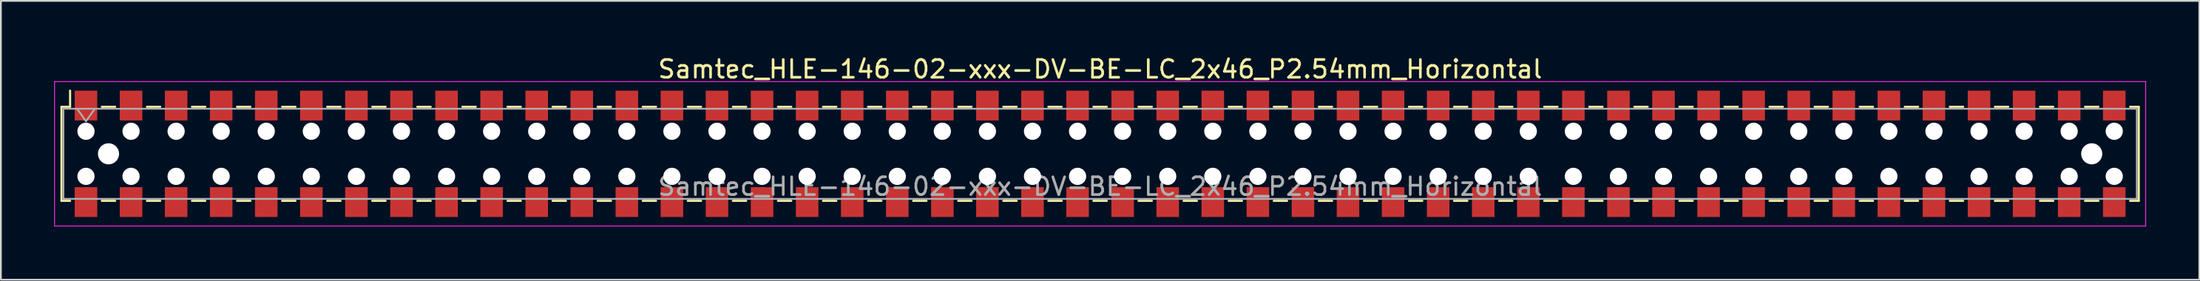
<source format=kicad_pcb>
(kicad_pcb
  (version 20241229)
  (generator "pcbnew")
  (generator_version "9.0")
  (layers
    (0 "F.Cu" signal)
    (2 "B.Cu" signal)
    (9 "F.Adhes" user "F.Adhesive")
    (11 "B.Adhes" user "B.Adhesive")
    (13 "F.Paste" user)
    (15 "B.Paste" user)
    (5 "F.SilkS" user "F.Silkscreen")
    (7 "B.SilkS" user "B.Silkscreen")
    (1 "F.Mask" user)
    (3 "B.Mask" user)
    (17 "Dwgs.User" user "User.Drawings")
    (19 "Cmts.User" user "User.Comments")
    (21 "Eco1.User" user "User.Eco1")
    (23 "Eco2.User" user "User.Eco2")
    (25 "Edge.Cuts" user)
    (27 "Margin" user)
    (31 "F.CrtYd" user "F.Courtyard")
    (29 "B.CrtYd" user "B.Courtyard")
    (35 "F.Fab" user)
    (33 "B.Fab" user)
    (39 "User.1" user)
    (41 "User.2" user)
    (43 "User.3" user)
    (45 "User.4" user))
  (footprint "Samtec_HLE-146-02-xxx-DV-BE-LC_2x46_P2.54mm_Horizontal"
    (layer "F.Cu")
    (at 58.945 5.618)
    (property "Reference" "Samtec_HLE-146-02-xxx-DV-BE-LC_2x46_P2.54mm_Horizontal" (at 0 -4.77 0) (layer "F.SilkS") (effects (font (size 1 1) (thickness 0.15))))
    (attr smd)
    (fp_line (start -58.53 -2.65) (end -58.53 2.65) (stroke (width 0.12) (type solid)) (layer "F.SilkS"))
    (fp_line (start -58.53 2.65) (end -58.045 2.65) (stroke (width 0.12) (type solid)) (layer "F.SilkS"))
    (fp_line (start -58.045 -3.56) (end -58.045 -2.65) (stroke (width 0.12) (type solid)) (layer "F.SilkS"))
    (fp_line (start -58.045 -2.65) (end -58.53 -2.65) (stroke (width 0.12) (type solid)) (layer "F.SilkS"))
    (fp_line (start -56.255 -2.65) (end -55.505 -2.65) (stroke (width 0.12) (type solid)) (layer "F.SilkS"))
    (fp_line (start -56.255 2.65) (end -55.505 2.65) (stroke (width 0.12) (type solid)) (layer "F.SilkS"))
    (fp_line (start -53.715 -2.65) (end -52.965 -2.65) (stroke (width 0.12) (type solid)) (layer "F.SilkS"))
    (fp_line (start -53.715 2.65) (end -52.965 2.65) (stroke (width 0.12) (type solid)) (layer "F.SilkS"))
    (fp_line (start -51.175 -2.65) (end -50.425 -2.65) (stroke (width 0.12) (type solid)) (layer "F.SilkS"))
    (fp_line (start -51.175 2.65) (end -50.425 2.65) (stroke (width 0.12) (type solid)) (layer "F.SilkS"))
    (fp_line (start -48.635 -2.65) (end -47.885 -2.65) (stroke (width 0.12) (type solid)) (layer "F.SilkS"))
    (fp_line (start -48.635 2.65) (end -47.885 2.65) (stroke (width 0.12) (type solid)) (layer "F.SilkS"))
    (fp_line (start -46.095 -2.65) (end -45.345 -2.65) (stroke (width 0.12) (type solid)) (layer "F.SilkS"))
    (fp_line (start -46.095 2.65) (end -45.345 2.65) (stroke (width 0.12) (type solid)) (layer "F.SilkS"))
    (fp_line (start -43.555 -2.65) (end -42.805 -2.65) (stroke (width 0.12) (type solid)) (layer "F.SilkS"))
    (fp_line (start -43.555 2.65) (end -42.805 2.65) (stroke (width 0.12) (type solid)) (layer "F.SilkS"))
    (fp_line (start -41.015 -2.65) (end -40.265 -2.65) (stroke (width 0.12) (type solid)) (layer "F.SilkS"))
    (fp_line (start -41.015 2.65) (end -40.265 2.65) (stroke (width 0.12) (type solid)) (layer "F.SilkS"))
    (fp_line (start -38.475 -2.65) (end -37.725 -2.65) (stroke (width 0.12) (type solid)) (layer "F.SilkS"))
    (fp_line (start -38.475 2.65) (end -37.725 2.65) (stroke (width 0.12) (type solid)) (layer "F.SilkS"))
    (fp_line (start -35.935 -2.65) (end -35.185 -2.65) (stroke (width 0.12) (type solid)) (layer "F.SilkS"))
    (fp_line (start -35.935 2.65) (end -35.185 2.65) (stroke (width 0.12) (type solid)) (layer "F.SilkS"))
    (fp_line (start -33.395 -2.65) (end -32.645 -2.65) (stroke (width 0.12) (type solid)) (layer "F.SilkS"))
    (fp_line (start -33.395 2.65) (end -32.645 2.65) (stroke (width 0.12) (type solid)) (layer "F.SilkS"))
    (fp_line (start -30.855 -2.65) (end -30.105 -2.65) (stroke (width 0.12) (type solid)) (layer "F.SilkS"))
    (fp_line (start -30.855 2.65) (end -30.105 2.65) (stroke (width 0.12) (type solid)) (layer "F.SilkS"))
    (fp_line (start -28.315 -2.65) (end -27.565 -2.65) (stroke (width 0.12) (type solid)) (layer "F.SilkS"))
    (fp_line (start -28.315 2.65) (end -27.565 2.65) (stroke (width 0.12) (type solid)) (layer "F.SilkS"))
    (fp_line (start -25.775 -2.65) (end -25.025 -2.65) (stroke (width 0.12) (type solid)) (layer "F.SilkS"))
    (fp_line (start -25.775 2.65) (end -25.025 2.65) (stroke (width 0.12) (type solid)) (layer "F.SilkS"))
    (fp_line (start -23.235 -2.65) (end -22.485 -2.65) (stroke (width 0.12) (type solid)) (layer "F.SilkS"))
    (fp_line (start -23.235 2.65) (end -22.485 2.65) (stroke (width 0.12) (type solid)) (layer "F.SilkS"))
    (fp_line (start -20.695 -2.65) (end -19.945 -2.65) (stroke (width 0.12) (type solid)) (layer "F.SilkS"))
    (fp_line (start -20.695 2.65) (end -19.945 2.65) (stroke (width 0.12) (type solid)) (layer "F.SilkS"))
    (fp_line (start -18.155 -2.65) (end -17.405 -2.65) (stroke (width 0.12) (type solid)) (layer "F.SilkS"))
    (fp_line (start -18.155 2.65) (end -17.405 2.65) (stroke (width 0.12) (type solid)) (layer "F.SilkS"))
    (fp_line (start -15.615 -2.65) (end -14.865 -2.65) (stroke (width 0.12) (type solid)) (layer "F.SilkS"))
    (fp_line (start -15.615 2.65) (end -14.865 2.65) (stroke (width 0.12) (type solid)) (layer "F.SilkS"))
    (fp_line (start -13.075 -2.65) (end -12.325 -2.65) (stroke (width 0.12) (type solid)) (layer "F.SilkS"))
    (fp_line (start -13.075 2.65) (end -12.325 2.65) (stroke (width 0.12) (type solid)) (layer "F.SilkS"))
    (fp_line (start -10.535 -2.65) (end -9.785 -2.65) (stroke (width 0.12) (type solid)) (layer "F.SilkS"))
    (fp_line (start -10.535 2.65) (end -9.785 2.65) (stroke (width 0.12) (type solid)) (layer "F.SilkS"))
    (fp_line (start -7.995 -2.65) (end -7.245 -2.65) (stroke (width 0.12) (type solid)) (layer "F.SilkS"))
    (fp_line (start -7.995 2.65) (end -7.245 2.65) (stroke (width 0.12) (type solid)) (layer "F.SilkS"))
    (fp_line (start -5.455 -2.65) (end -4.705 -2.65) (stroke (width 0.12) (type solid)) (layer "F.SilkS"))
    (fp_line (start -5.455 2.65) (end -4.705 2.65) (stroke (width 0.12) (type solid)) (layer "F.SilkS"))
    (fp_line (start -2.915 -2.65) (end -2.165 -2.65) (stroke (width 0.12) (type solid)) (layer "F.SilkS"))
    (fp_line (start -2.915 2.65) (end -2.165 2.65) (stroke (width 0.12) (type solid)) (layer "F.SilkS"))
    (fp_line (start -0.375 -2.65) (end 0.375 -2.65) (stroke (width 0.12) (type solid)) (layer "F.SilkS"))
    (fp_line (start -0.375 2.65) (end 0.375 2.65) (stroke (width 0.12) (type solid)) (layer "F.SilkS"))
    (fp_line (start 2.165 -2.65) (end 2.915 -2.65) (stroke (width 0.12) (type solid)) (layer "F.SilkS"))
    (fp_line (start 2.165 2.65) (end 2.915 2.65) (stroke (width 0.12) (type solid)) (layer "F.SilkS"))
    (fp_line (start 4.705 -2.65) (end 5.455 -2.65) (stroke (width 0.12) (type solid)) (layer "F.SilkS"))
    (fp_line (start 4.705 2.65) (end 5.455 2.65) (stroke (width 0.12) (type solid)) (layer "F.SilkS"))
    (fp_line (start 7.245 -2.65) (end 7.995 -2.65) (stroke (width 0.12) (type solid)) (layer "F.SilkS"))
    (fp_line (start 7.245 2.65) (end 7.995 2.65) (stroke (width 0.12) (type solid)) (layer "F.SilkS"))
    (fp_line (start 9.785 -2.65) (end 10.535 -2.65) (stroke (width 0.12) (type solid)) (layer "F.SilkS"))
    (fp_line (start 9.785 2.65) (end 10.535 2.65) (stroke (width 0.12) (type solid)) (layer "F.SilkS"))
    (fp_line (start 12.325 -2.65) (end 13.075 -2.65) (stroke (width 0.12) (type solid)) (layer "F.SilkS"))
    (fp_line (start 12.325 2.65) (end 13.075 2.65) (stroke (width 0.12) (type solid)) (layer "F.SilkS"))
    (fp_line (start 14.865 -2.65) (end 15.615 -2.65) (stroke (width 0.12) (type solid)) (layer "F.SilkS"))
    (fp_line (start 14.865 2.65) (end 15.615 2.65) (stroke (width 0.12) (type solid)) (layer "F.SilkS"))
    (fp_line (start 17.405 -2.65) (end 18.155 -2.65) (stroke (width 0.12) (type solid)) (layer "F.SilkS"))
    (fp_line (start 17.405 2.65) (end 18.155 2.65) (stroke (width 0.12) (type solid)) (layer "F.SilkS"))
    (fp_line (start 19.945 -2.65) (end 20.695 -2.65) (stroke (width 0.12) (type solid)) (layer "F.SilkS"))
    (fp_line (start 19.945 2.65) (end 20.695 2.65) (stroke (width 0.12) (type solid)) (layer "F.SilkS"))
    (fp_line (start 22.485 -2.65) (end 23.235 -2.65) (stroke (width 0.12) (type solid)) (layer "F.SilkS"))
    (fp_line (start 22.485 2.65) (end 23.235 2.65) (stroke (width 0.12) (type solid)) (layer "F.SilkS"))
    (fp_line (start 25.025 -2.65) (end 25.775 -2.65) (stroke (width 0.12) (type solid)) (layer "F.SilkS"))
    (fp_line (start 25.025 2.65) (end 25.775 2.65) (stroke (width 0.12) (type solid)) (layer "F.SilkS"))
    (fp_line (start 27.565 -2.65) (end 28.315 -2.65) (stroke (width 0.12) (type solid)) (layer "F.SilkS"))
    (fp_line (start 27.565 2.65) (end 28.315 2.65) (stroke (width 0.12) (type solid)) (layer "F.SilkS"))
    (fp_line (start 30.105 -2.65) (end 30.855 -2.65) (stroke (width 0.12) (type solid)) (layer "F.SilkS"))
    (fp_line (start 30.105 2.65) (end 30.855 2.65) (stroke (width 0.12) (type solid)) (layer "F.SilkS"))
    (fp_line (start 32.645 -2.65) (end 33.395 -2.65) (stroke (width 0.12) (type solid)) (layer "F.SilkS"))
    (fp_line (start 32.645 2.65) (end 33.395 2.65) (stroke (width 0.12) (type solid)) (layer "F.SilkS"))
    (fp_line (start 35.185 -2.65) (end 35.935 -2.65) (stroke (width 0.12) (type solid)) (layer "F.SilkS"))
    (fp_line (start 35.185 2.65) (end 35.935 2.65) (stroke (width 0.12) (type solid)) (layer "F.SilkS"))
    (fp_line (start 37.725 -2.65) (end 38.475 -2.65) (stroke (width 0.12) (type solid)) (layer "F.SilkS"))
    (fp_line (start 37.725 2.65) (end 38.475 2.65) (stroke (width 0.12) (type solid)) (layer "F.SilkS"))
    (fp_line (start 40.265 -2.65) (end 41.015 -2.65) (stroke (width 0.12) (type solid)) (layer "F.SilkS"))
    (fp_line (start 40.265 2.65) (end 41.015 2.65) (stroke (width 0.12) (type solid)) (layer "F.SilkS"))
    (fp_line (start 42.805 -2.65) (end 43.555 -2.65) (stroke (width 0.12) (type solid)) (layer "F.SilkS"))
    (fp_line (start 42.805 2.65) (end 43.555 2.65) (stroke (width 0.12) (type solid)) (layer "F.SilkS"))
    (fp_line (start 45.345 -2.65) (end 46.095 -2.65) (stroke (width 0.12) (type solid)) (layer "F.SilkS"))
    (fp_line (start 45.345 2.65) (end 46.095 2.65) (stroke (width 0.12) (type solid)) (layer "F.SilkS"))
    (fp_line (start 47.885 -2.65) (end 48.635 -2.65) (stroke (width 0.12) (type solid)) (layer "F.SilkS"))
    (fp_line (start 47.885 2.65) (end 48.635 2.65) (stroke (width 0.12) (type solid)) (layer "F.SilkS"))
    (fp_line (start 50.425 -2.65) (end 51.175 -2.65) (stroke (width 0.12) (type solid)) (layer "F.SilkS"))
    (fp_line (start 50.425 2.65) (end 51.175 2.65) (stroke (width 0.12) (type solid)) (layer "F.SilkS"))
    (fp_line (start 52.965 -2.65) (end 53.715 -2.65) (stroke (width 0.12) (type solid)) (layer "F.SilkS"))
    (fp_line (start 52.965 2.65) (end 53.715 2.65) (stroke (width 0.12) (type solid)) (layer "F.SilkS"))
    (fp_line (start 55.505 -2.65) (end 56.255 -2.65) (stroke (width 0.12) (type solid)) (layer "F.SilkS"))
    (fp_line (start 55.505 2.65) (end 56.255 2.65) (stroke (width 0.12) (type solid)) (layer "F.SilkS"))
    (fp_line (start 58.045 -2.65) (end 58.53 -2.65) (stroke (width 0.12) (type solid)) (layer "F.SilkS"))
    (fp_line (start 58.53 -2.65) (end 58.53 2.65) (stroke (width 0.12) (type solid)) (layer "F.SilkS"))
    (fp_line (start 58.53 2.65) (end 58.045 2.65) (stroke (width 0.12) (type solid)) (layer "F.SilkS"))
    (fp_line (start -58.92 -4.07) (end 58.92 -4.07) (stroke (width 0.05) (type solid)) (layer "F.CrtYd"))
    (fp_line (start -58.92 4.07) (end -58.92 -4.07) (stroke (width 0.05) (type solid)) (layer "F.CrtYd"))
    (fp_line (start 58.92 -4.07) (end 58.92 4.07) (stroke (width 0.05) (type solid)) (layer "F.CrtYd"))
    (fp_line (start 58.92 4.07) (end -58.92 4.07) (stroke (width 0.05) (type solid)) (layer "F.CrtYd"))
    (fp_line (start -58.42 -2.54) (end 58.42 -2.54) (stroke (width 0.1) (type solid)) (layer "F.Fab"))
    (fp_line (start -58.42 2.54) (end -58.42 -2.54) (stroke (width 0.1) (type solid)) (layer "F.Fab"))
    (fp_line (start -57.65 -2.54) (end -57.15 -1.833) (stroke (width 0.1) (type solid)) (layer "F.Fab"))
    (fp_line (start -57.15 -1.833) (end -56.65 -2.54) (stroke (width 0.1) (type solid)) (layer "F.Fab"))
    (fp_line (start 58.42 -2.54) (end 58.42 2.54) (stroke (width 0.1) (type solid)) (layer "F.Fab"))
    (fp_line (start 58.42 2.54) (end -58.42 2.54) (stroke (width 0.1) (type solid)) (layer "F.Fab"))
    (fp_text user "${REFERENCE}" (at 0 1.84 0) (layer "F.Fab") (effects (font (size 1 1) (thickness 0.15))))
    (pad "" np_thru_hole circle (at -57.15 -1.27) (size 0.97 0.97) (drill 0.97) (layers "*.Cu" "*.Mask"))
    (pad "" np_thru_hole circle (at -57.15 1.27) (size 0.97 0.97) (drill 0.97) (layers "*.Cu" "*.Mask"))
    (pad "" np_thru_hole circle (at -55.88 0) (size 1.19 1.19) (drill 1.19) (layers "*.Cu" "*.Mask"))
    (pad "" np_thru_hole circle (at -54.61 -1.27) (size 0.97 0.97) (drill 0.97) (layers "*.Cu" "*.Mask"))
    (pad "" np_thru_hole circle (at -54.61 1.27) (size 0.97 0.97) (drill 0.97) (layers "*.Cu" "*.Mask"))
    (pad "" np_thru_hole circle (at -52.07 -1.27) (size 0.97 0.97) (drill 0.97) (layers "*.Cu" "*.Mask"))
    (pad "" np_thru_hole circle (at -52.07 1.27) (size 0.97 0.97) (drill 0.97) (layers "*.Cu" "*.Mask"))
    (pad "" np_thru_hole circle (at -49.53 -1.27) (size 0.97 0.97) (drill 0.97) (layers "*.Cu" "*.Mask"))
    (pad "" np_thru_hole circle (at -49.53 1.27) (size 0.97 0.97) (drill 0.97) (layers "*.Cu" "*.Mask"))
    (pad "" np_thru_hole circle (at -46.99 -1.27) (size 0.97 0.97) (drill 0.97) (layers "*.Cu" "*.Mask"))
    (pad "" np_thru_hole circle (at -46.99 1.27) (size 0.97 0.97) (drill 0.97) (layers "*.Cu" "*.Mask"))
    (pad "" np_thru_hole circle (at -44.45 -1.27) (size 0.97 0.97) (drill 0.97) (layers "*.Cu" "*.Mask"))
    (pad "" np_thru_hole circle (at -44.45 1.27) (size 0.97 0.97) (drill 0.97) (layers "*.Cu" "*.Mask"))
    (pad "" np_thru_hole circle (at -41.91 -1.27) (size 0.97 0.97) (drill 0.97) (layers "*.Cu" "*.Mask"))
    (pad "" np_thru_hole circle (at -41.91 1.27) (size 0.97 0.97) (drill 0.97) (layers "*.Cu" "*.Mask"))
    (pad "" np_thru_hole circle (at -39.37 -1.27) (size 0.97 0.97) (drill 0.97) (layers "*.Cu" "*.Mask"))
    (pad "" np_thru_hole circle (at -39.37 1.27) (size 0.97 0.97) (drill 0.97) (layers "*.Cu" "*.Mask"))
    (pad "" np_thru_hole circle (at -36.83 -1.27) (size 0.97 0.97) (drill 0.97) (layers "*.Cu" "*.Mask"))
    (pad "" np_thru_hole circle (at -36.83 1.27) (size 0.97 0.97) (drill 0.97) (layers "*.Cu" "*.Mask"))
    (pad "" np_thru_hole circle (at -34.29 -1.27) (size 0.97 0.97) (drill 0.97) (layers "*.Cu" "*.Mask"))
    (pad "" np_thru_hole circle (at -34.29 1.27) (size 0.97 0.97) (drill 0.97) (layers "*.Cu" "*.Mask"))
    (pad "" np_thru_hole circle (at -31.75 -1.27) (size 0.97 0.97) (drill 0.97) (layers "*.Cu" "*.Mask"))
    (pad "" np_thru_hole circle (at -31.75 1.27) (size 0.97 0.97) (drill 0.97) (layers "*.Cu" "*.Mask"))
    (pad "" np_thru_hole circle (at -29.21 -1.27) (size 0.97 0.97) (drill 0.97) (layers "*.Cu" "*.Mask"))
    (pad "" np_thru_hole circle (at -29.21 1.27) (size 0.97 0.97) (drill 0.97) (layers "*.Cu" "*.Mask"))
    (pad "" np_thru_hole circle (at -26.67 -1.27) (size 0.97 0.97) (drill 0.97) (layers "*.Cu" "*.Mask"))
    (pad "" np_thru_hole circle (at -26.67 1.27) (size 0.97 0.97) (drill 0.97) (layers "*.Cu" "*.Mask"))
    (pad "" np_thru_hole circle (at -24.13 -1.27) (size 0.97 0.97) (drill 0.97) (layers "*.Cu" "*.Mask"))
    (pad "" np_thru_hole circle (at -24.13 1.27) (size 0.97 0.97) (drill 0.97) (layers "*.Cu" "*.Mask"))
    (pad "" np_thru_hole circle (at -21.59 -1.27) (size 0.97 0.97) (drill 0.97) (layers "*.Cu" "*.Mask"))
    (pad "" np_thru_hole circle (at -21.59 1.27) (size 0.97 0.97) (drill 0.97) (layers "*.Cu" "*.Mask"))
    (pad "" np_thru_hole circle (at -19.05 -1.27) (size 0.97 0.97) (drill 0.97) (layers "*.Cu" "*.Mask"))
    (pad "" np_thru_hole circle (at -19.05 1.27) (size 0.97 0.97) (drill 0.97) (layers "*.Cu" "*.Mask"))
    (pad "" np_thru_hole circle (at -16.51 -1.27) (size 0.97 0.97) (drill 0.97) (layers "*.Cu" "*.Mask"))
    (pad "" np_thru_hole circle (at -16.51 1.27) (size 0.97 0.97) (drill 0.97) (layers "*.Cu" "*.Mask"))
    (pad "" np_thru_hole circle (at -13.97 -1.27) (size 0.97 0.97) (drill 0.97) (layers "*.Cu" "*.Mask"))
    (pad "" np_thru_hole circle (at -13.97 1.27) (size 0.97 0.97) (drill 0.97) (layers "*.Cu" "*.Mask"))
    (pad "" np_thru_hole circle (at -11.43 -1.27) (size 0.97 0.97) (drill 0.97) (layers "*.Cu" "*.Mask"))
    (pad "" np_thru_hole circle (at -11.43 1.27) (size 0.97 0.97) (drill 0.97) (layers "*.Cu" "*.Mask"))
    (pad "" np_thru_hole circle (at -8.89 -1.27) (size 0.97 0.97) (drill 0.97) (layers "*.Cu" "*.Mask"))
    (pad "" np_thru_hole circle (at -8.89 1.27) (size 0.97 0.97) (drill 0.97) (layers "*.Cu" "*.Mask"))
    (pad "" np_thru_hole circle (at -6.35 -1.27) (size 0.97 0.97) (drill 0.97) (layers "*.Cu" "*.Mask"))
    (pad "" np_thru_hole circle (at -6.35 1.27) (size 0.97 0.97) (drill 0.97) (layers "*.Cu" "*.Mask"))
    (pad "" np_thru_hole circle (at -3.81 -1.27) (size 0.97 0.97) (drill 0.97) (layers "*.Cu" "*.Mask"))
    (pad "" np_thru_hole circle (at -3.81 1.27) (size 0.97 0.97) (drill 0.97) (layers "*.Cu" "*.Mask"))
    (pad "" np_thru_hole circle (at -1.27 -1.27) (size 0.97 0.97) (drill 0.97) (layers "*.Cu" "*.Mask"))
    (pad "" np_thru_hole circle (at -1.27 1.27) (size 0.97 0.97) (drill 0.97) (layers "*.Cu" "*.Mask"))
    (pad "" np_thru_hole circle (at 1.27 -1.27) (size 0.97 0.97) (drill 0.97) (layers "*.Cu" "*.Mask"))
    (pad "" np_thru_hole circle (at 1.27 1.27) (size 0.97 0.97) (drill 0.97) (layers "*.Cu" "*.Mask"))
    (pad "" np_thru_hole circle (at 3.81 -1.27) (size 0.97 0.97) (drill 0.97) (layers "*.Cu" "*.Mask"))
    (pad "" np_thru_hole circle (at 3.81 1.27) (size 0.97 0.97) (drill 0.97) (layers "*.Cu" "*.Mask"))
    (pad "" np_thru_hole circle (at 6.35 -1.27) (size 0.97 0.97) (drill 0.97) (layers "*.Cu" "*.Mask"))
    (pad "" np_thru_hole circle (at 6.35 1.27) (size 0.97 0.97) (drill 0.97) (layers "*.Cu" "*.Mask"))
    (pad "" np_thru_hole circle (at 8.89 -1.27) (size 0.97 0.97) (drill 0.97) (layers "*.Cu" "*.Mask"))
    (pad "" np_thru_hole circle (at 8.89 1.27) (size 0.97 0.97) (drill 0.97) (layers "*.Cu" "*.Mask"))
    (pad "" np_thru_hole circle (at 11.43 -1.27) (size 0.97 0.97) (drill 0.97) (layers "*.Cu" "*.Mask"))
    (pad "" np_thru_hole circle (at 11.43 1.27) (size 0.97 0.97) (drill 0.97) (layers "*.Cu" "*.Mask"))
    (pad "" np_thru_hole circle (at 13.97 -1.27) (size 0.97 0.97) (drill 0.97) (layers "*.Cu" "*.Mask"))
    (pad "" np_thru_hole circle (at 13.97 1.27) (size 0.97 0.97) (drill 0.97) (layers "*.Cu" "*.Mask"))
    (pad "" np_thru_hole circle (at 16.51 -1.27) (size 0.97 0.97) (drill 0.97) (layers "*.Cu" "*.Mask"))
    (pad "" np_thru_hole circle (at 16.51 1.27) (size 0.97 0.97) (drill 0.97) (layers "*.Cu" "*.Mask"))
    (pad "" np_thru_hole circle (at 19.05 -1.27) (size 0.97 0.97) (drill 0.97) (layers "*.Cu" "*.Mask"))
    (pad "" np_thru_hole circle (at 19.05 1.27) (size 0.97 0.97) (drill 0.97) (layers "*.Cu" "*.Mask"))
    (pad "" np_thru_hole circle (at 21.59 -1.27) (size 0.97 0.97) (drill 0.97) (layers "*.Cu" "*.Mask"))
    (pad "" np_thru_hole circle (at 21.59 1.27) (size 0.97 0.97) (drill 0.97) (layers "*.Cu" "*.Mask"))
    (pad "" np_thru_hole circle (at 24.13 -1.27) (size 0.97 0.97) (drill 0.97) (layers "*.Cu" "*.Mask"))
    (pad "" np_thru_hole circle (at 24.13 1.27) (size 0.97 0.97) (drill 0.97) (layers "*.Cu" "*.Mask"))
    (pad "" np_thru_hole circle (at 26.67 -1.27) (size 0.97 0.97) (drill 0.97) (layers "*.Cu" "*.Mask"))
    (pad "" np_thru_hole circle (at 26.67 1.27) (size 0.97 0.97) (drill 0.97) (layers "*.Cu" "*.Mask"))
    (pad "" np_thru_hole circle (at 29.21 -1.27) (size 0.97 0.97) (drill 0.97) (layers "*.Cu" "*.Mask"))
    (pad "" np_thru_hole circle (at 29.21 1.27) (size 0.97 0.97) (drill 0.97) (layers "*.Cu" "*.Mask"))
    (pad "" np_thru_hole circle (at 31.75 -1.27) (size 0.97 0.97) (drill 0.97) (layers "*.Cu" "*.Mask"))
    (pad "" np_thru_hole circle (at 31.75 1.27) (size 0.97 0.97) (drill 0.97) (layers "*.Cu" "*.Mask"))
    (pad "" np_thru_hole circle (at 34.29 -1.27) (size 0.97 0.97) (drill 0.97) (layers "*.Cu" "*.Mask"))
    (pad "" np_thru_hole circle (at 34.29 1.27) (size 0.97 0.97) (drill 0.97) (layers "*.Cu" "*.Mask"))
    (pad "" np_thru_hole circle (at 36.83 -1.27) (size 0.97 0.97) (drill 0.97) (layers "*.Cu" "*.Mask"))
    (pad "" np_thru_hole circle (at 36.83 1.27) (size 0.97 0.97) (drill 0.97) (layers "*.Cu" "*.Mask"))
    (pad "" np_thru_hole circle (at 39.37 -1.27) (size 0.97 0.97) (drill 0.97) (layers "*.Cu" "*.Mask"))
    (pad "" np_thru_hole circle (at 39.37 1.27) (size 0.97 0.97) (drill 0.97) (layers "*.Cu" "*.Mask"))
    (pad "" np_thru_hole circle (at 41.91 -1.27) (size 0.97 0.97) (drill 0.97) (layers "*.Cu" "*.Mask"))
    (pad "" np_thru_hole circle (at 41.91 1.27) (size 0.97 0.97) (drill 0.97) (layers "*.Cu" "*.Mask"))
    (pad "" np_thru_hole circle (at 44.45 -1.27) (size 0.97 0.97) (drill 0.97) (layers "*.Cu" "*.Mask"))
    (pad "" np_thru_hole circle (at 44.45 1.27) (size 0.97 0.97) (drill 0.97) (layers "*.Cu" "*.Mask"))
    (pad "" np_thru_hole circle (at 46.99 -1.27) (size 0.97 0.97) (drill 0.97) (layers "*.Cu" "*.Mask"))
    (pad "" np_thru_hole circle (at 46.99 1.27) (size 0.97 0.97) (drill 0.97) (layers "*.Cu" "*.Mask"))
    (pad "" np_thru_hole circle (at 49.53 -1.27) (size 0.97 0.97) (drill 0.97) (layers "*.Cu" "*.Mask"))
    (pad "" np_thru_hole circle (at 49.53 1.27) (size 0.97 0.97) (drill 0.97) (layers "*.Cu" "*.Mask"))
    (pad "" np_thru_hole circle (at 52.07 -1.27) (size 0.97 0.97) (drill 0.97) (layers "*.Cu" "*.Mask"))
    (pad "" np_thru_hole circle (at 52.07 1.27) (size 0.97 0.97) (drill 0.97) (layers "*.Cu" "*.Mask"))
    (pad "" np_thru_hole circle (at 54.61 -1.27) (size 0.97 0.97) (drill 0.97) (layers "*.Cu" "*.Mask"))
    (pad "" np_thru_hole circle (at 54.61 1.27) (size 0.97 0.97) (drill 0.97) (layers "*.Cu" "*.Mask"))
    (pad "" np_thru_hole circle (at 55.88 0) (size 1.19 1.19) (drill 1.19) (layers "*.Cu" "*.Mask"))
    (pad "" np_thru_hole circle (at 57.15 -1.27) (size 0.97 0.97) (drill 0.97) (layers "*.Cu" "*.Mask"))
    (pad "" np_thru_hole circle (at 57.15 1.27) (size 0.97 0.97) (drill 0.97) (layers "*.Cu" "*.Mask"))
    (pad "1" smd rect (at -57.15 -2.72) (size 1.27 1.68) (layers "F.Cu" "F.Mask" "F.Paste"))
    (pad "2" smd rect (at -57.15 2.72) (size 1.27 1.68) (layers "F.Cu" "F.Mask" "F.Paste"))
    (pad "3" smd rect (at -54.61 -2.72) (size 1.27 1.68) (layers "F.Cu" "F.Mask" "F.Paste"))
    (pad "4" smd rect (at -54.61 2.72) (size 1.27 1.68) (layers "F.Cu" "F.Mask" "F.Paste"))
    (pad "5" smd rect (at -52.07 -2.72) (size 1.27 1.68) (layers "F.Cu" "F.Mask" "F.Paste"))
    (pad "6" smd rect (at -52.07 2.72) (size 1.27 1.68) (layers "F.Cu" "F.Mask" "F.Paste"))
    (pad "7" smd rect (at -49.53 -2.72) (size 1.27 1.68) (layers "F.Cu" "F.Mask" "F.Paste"))
    (pad "8" smd rect (at -49.53 2.72) (size 1.27 1.68) (layers "F.Cu" "F.Mask" "F.Paste"))
    (pad "9" smd rect (at -46.99 -2.72) (size 1.27 1.68) (layers "F.Cu" "F.Mask" "F.Paste"))
    (pad "10" smd rect (at -46.99 2.72) (size 1.27 1.68) (layers "F.Cu" "F.Mask" "F.Paste"))
    (pad "11" smd rect (at -44.45 -2.72) (size 1.27 1.68) (layers "F.Cu" "F.Mask" "F.Paste"))
    (pad "12" smd rect (at -44.45 2.72) (size 1.27 1.68) (layers "F.Cu" "F.Mask" "F.Paste"))
    (pad "13" smd rect (at -41.91 -2.72) (size 1.27 1.68) (layers "F.Cu" "F.Mask" "F.Paste"))
    (pad "14" smd rect (at -41.91 2.72) (size 1.27 1.68) (layers "F.Cu" "F.Mask" "F.Paste"))
    (pad "15" smd rect (at -39.37 -2.72) (size 1.27 1.68) (layers "F.Cu" "F.Mask" "F.Paste"))
    (pad "16" smd rect (at -39.37 2.72) (size 1.27 1.68) (layers "F.Cu" "F.Mask" "F.Paste"))
    (pad "17" smd rect (at -36.83 -2.72) (size 1.27 1.68) (layers "F.Cu" "F.Mask" "F.Paste"))
    (pad "18" smd rect (at -36.83 2.72) (size 1.27 1.68) (layers "F.Cu" "F.Mask" "F.Paste"))
    (pad "19" smd rect (at -34.29 -2.72) (size 1.27 1.68) (layers "F.Cu" "F.Mask" "F.Paste"))
    (pad "20" smd rect (at -34.29 2.72) (size 1.27 1.68) (layers "F.Cu" "F.Mask" "F.Paste"))
    (pad "21" smd rect (at -31.75 -2.72) (size 1.27 1.68) (layers "F.Cu" "F.Mask" "F.Paste"))
    (pad "22" smd rect (at -31.75 2.72) (size 1.27 1.68) (layers "F.Cu" "F.Mask" "F.Paste"))
    (pad "23" smd rect (at -29.21 -2.72) (size 1.27 1.68) (layers "F.Cu" "F.Mask" "F.Paste"))
    (pad "24" smd rect (at -29.21 2.72) (size 1.27 1.68) (layers "F.Cu" "F.Mask" "F.Paste"))
    (pad "25" smd rect (at -26.67 -2.72) (size 1.27 1.68) (layers "F.Cu" "F.Mask" "F.Paste"))
    (pad "26" smd rect (at -26.67 2.72) (size 1.27 1.68) (layers "F.Cu" "F.Mask" "F.Paste"))
    (pad "27" smd rect (at -24.13 -2.72) (size 1.27 1.68) (layers "F.Cu" "F.Mask" "F.Paste"))
    (pad "28" smd rect (at -24.13 2.72) (size 1.27 1.68) (layers "F.Cu" "F.Mask" "F.Paste"))
    (pad "29" smd rect (at -21.59 -2.72) (size 1.27 1.68) (layers "F.Cu" "F.Mask" "F.Paste"))
    (pad "30" smd rect (at -21.59 2.72) (size 1.27 1.68) (layers "F.Cu" "F.Mask" "F.Paste"))
    (pad "31" smd rect (at -19.05 -2.72) (size 1.27 1.68) (layers "F.Cu" "F.Mask" "F.Paste"))
    (pad "32" smd rect (at -19.05 2.72) (size 1.27 1.68) (layers "F.Cu" "F.Mask" "F.Paste"))
    (pad "33" smd rect (at -16.51 -2.72) (size 1.27 1.68) (layers "F.Cu" "F.Mask" "F.Paste"))
    (pad "34" smd rect (at -16.51 2.72) (size 1.27 1.68) (layers "F.Cu" "F.Mask" "F.Paste"))
    (pad "35" smd rect (at -13.97 -2.72) (size 1.27 1.68) (layers "F.Cu" "F.Mask" "F.Paste"))
    (pad "36" smd rect (at -13.97 2.72) (size 1.27 1.68) (layers "F.Cu" "F.Mask" "F.Paste"))
    (pad "37" smd rect (at -11.43 -2.72) (size 1.27 1.68) (layers "F.Cu" "F.Mask" "F.Paste"))
    (pad "38" smd rect (at -11.43 2.72) (size 1.27 1.68) (layers "F.Cu" "F.Mask" "F.Paste"))
    (pad "39" smd rect (at -8.89 -2.72) (size 1.27 1.68) (layers "F.Cu" "F.Mask" "F.Paste"))
    (pad "40" smd rect (at -8.89 2.72) (size 1.27 1.68) (layers "F.Cu" "F.Mask" "F.Paste"))
    (pad "41" smd rect (at -6.35 -2.72) (size 1.27 1.68) (layers "F.Cu" "F.Mask" "F.Paste"))
    (pad "42" smd rect (at -6.35 2.72) (size 1.27 1.68) (layers "F.Cu" "F.Mask" "F.Paste"))
    (pad "43" smd rect (at -3.81 -2.72) (size 1.27 1.68) (layers "F.Cu" "F.Mask" "F.Paste"))
    (pad "44" smd rect (at -3.81 2.72) (size 1.27 1.68) (layers "F.Cu" "F.Mask" "F.Paste"))
    (pad "45" smd rect (at -1.27 -2.72) (size 1.27 1.68) (layers "F.Cu" "F.Mask" "F.Paste"))
    (pad "46" smd rect (at -1.27 2.72) (size 1.27 1.68) (layers "F.Cu" "F.Mask" "F.Paste"))
    (pad "47" smd rect (at 1.27 -2.72) (size 1.27 1.68) (layers "F.Cu" "F.Mask" "F.Paste"))
    (pad "48" smd rect (at 1.27 2.72) (size 1.27 1.68) (layers "F.Cu" "F.Mask" "F.Paste"))
    (pad "49" smd rect (at 3.81 -2.72) (size 1.27 1.68) (layers "F.Cu" "F.Mask" "F.Paste"))
    (pad "50" smd rect (at 3.81 2.72) (size 1.27 1.68) (layers "F.Cu" "F.Mask" "F.Paste"))
    (pad "51" smd rect (at 6.35 -2.72) (size 1.27 1.68) (layers "F.Cu" "F.Mask" "F.Paste"))
    (pad "52" smd rect (at 6.35 2.72) (size 1.27 1.68) (layers "F.Cu" "F.Mask" "F.Paste"))
    (pad "53" smd rect (at 8.89 -2.72) (size 1.27 1.68) (layers "F.Cu" "F.Mask" "F.Paste"))
    (pad "54" smd rect (at 8.89 2.72) (size 1.27 1.68) (layers "F.Cu" "F.Mask" "F.Paste"))
    (pad "55" smd rect (at 11.43 -2.72) (size 1.27 1.68) (layers "F.Cu" "F.Mask" "F.Paste"))
    (pad "56" smd rect (at 11.43 2.72) (size 1.27 1.68) (layers "F.Cu" "F.Mask" "F.Paste"))
    (pad "57" smd rect (at 13.97 -2.72) (size 1.27 1.68) (layers "F.Cu" "F.Mask" "F.Paste"))
    (pad "58" smd rect (at 13.97 2.72) (size 1.27 1.68) (layers "F.Cu" "F.Mask" "F.Paste"))
    (pad "59" smd rect (at 16.51 -2.72) (size 1.27 1.68) (layers "F.Cu" "F.Mask" "F.Paste"))
    (pad "60" smd rect (at 16.51 2.72) (size 1.27 1.68) (layers "F.Cu" "F.Mask" "F.Paste"))
    (pad "61" smd rect (at 19.05 -2.72) (size 1.27 1.68) (layers "F.Cu" "F.Mask" "F.Paste"))
    (pad "62" smd rect (at 19.05 2.72) (size 1.27 1.68) (layers "F.Cu" "F.Mask" "F.Paste"))
    (pad "63" smd rect (at 21.59 -2.72) (size 1.27 1.68) (layers "F.Cu" "F.Mask" "F.Paste"))
    (pad "64" smd rect (at 21.59 2.72) (size 1.27 1.68) (layers "F.Cu" "F.Mask" "F.Paste"))
    (pad "65" smd rect (at 24.13 -2.72) (size 1.27 1.68) (layers "F.Cu" "F.Mask" "F.Paste"))
    (pad "66" smd rect (at 24.13 2.72) (size 1.27 1.68) (layers "F.Cu" "F.Mask" "F.Paste"))
    (pad "67" smd rect (at 26.67 -2.72) (size 1.27 1.68) (layers "F.Cu" "F.Mask" "F.Paste"))
    (pad "68" smd rect (at 26.67 2.72) (size 1.27 1.68) (layers "F.Cu" "F.Mask" "F.Paste"))
    (pad "69" smd rect (at 29.21 -2.72) (size 1.27 1.68) (layers "F.Cu" "F.Mask" "F.Paste"))
    (pad "70" smd rect (at 29.21 2.72) (size 1.27 1.68) (layers "F.Cu" "F.Mask" "F.Paste"))
    (pad "71" smd rect (at 31.75 -2.72) (size 1.27 1.68) (layers "F.Cu" "F.Mask" "F.Paste"))
    (pad "72" smd rect (at 31.75 2.72) (size 1.27 1.68) (layers "F.Cu" "F.Mask" "F.Paste"))
    (pad "73" smd rect (at 34.29 -2.72) (size 1.27 1.68) (layers "F.Cu" "F.Mask" "F.Paste"))
    (pad "74" smd rect (at 34.29 2.72) (size 1.27 1.68) (layers "F.Cu" "F.Mask" "F.Paste"))
    (pad "75" smd rect (at 36.83 -2.72) (size 1.27 1.68) (layers "F.Cu" "F.Mask" "F.Paste"))
    (pad "76" smd rect (at 36.83 2.72) (size 1.27 1.68) (layers "F.Cu" "F.Mask" "F.Paste"))
    (pad "77" smd rect (at 39.37 -2.72) (size 1.27 1.68) (layers "F.Cu" "F.Mask" "F.Paste"))
    (pad "78" smd rect (at 39.37 2.72) (size 1.27 1.68) (layers "F.Cu" "F.Mask" "F.Paste"))
    (pad "79" smd rect (at 41.91 -2.72) (size 1.27 1.68) (layers "F.Cu" "F.Mask" "F.Paste"))
    (pad "80" smd rect (at 41.91 2.72) (size 1.27 1.68) (layers "F.Cu" "F.Mask" "F.Paste"))
    (pad "81" smd rect (at 44.45 -2.72) (size 1.27 1.68) (layers "F.Cu" "F.Mask" "F.Paste"))
    (pad "82" smd rect (at 44.45 2.72) (size 1.27 1.68) (layers "F.Cu" "F.Mask" "F.Paste"))
    (pad "83" smd rect (at 46.99 -2.72) (size 1.27 1.68) (layers "F.Cu" "F.Mask" "F.Paste"))
    (pad "84" smd rect (at 46.99 2.72) (size 1.27 1.68) (layers "F.Cu" "F.Mask" "F.Paste"))
    (pad "85" smd rect (at 49.53 -2.72) (size 1.27 1.68) (layers "F.Cu" "F.Mask" "F.Paste"))
    (pad "86" smd rect (at 49.53 2.72) (size 1.27 1.68) (layers "F.Cu" "F.Mask" "F.Paste"))
    (pad "87" smd rect (at 52.07 -2.72) (size 1.27 1.68) (layers "F.Cu" "F.Mask" "F.Paste"))
    (pad "88" smd rect (at 52.07 2.72) (size 1.27 1.68) (layers "F.Cu" "F.Mask" "F.Paste"))
    (pad "89" smd rect (at 54.61 -2.72) (size 1.27 1.68) (layers "F.Cu" "F.Mask" "F.Paste"))
    (pad "90" smd rect (at 54.61 2.72) (size 1.27 1.68) (layers "F.Cu" "F.Mask" "F.Paste"))
    (pad "91" smd rect (at 57.15 -2.72) (size 1.27 1.68) (layers "F.Cu" "F.Mask" "F.Paste"))
    (pad "92" smd rect (at 57.15 2.72) (size 1.27 1.68) (layers "F.Cu" "F.Mask" "F.Paste")))
  (gr_rect
    (start -3 -3)
    (end 120.89 12.713)
    (stroke (width 0.1) (type default))
    (fill no)
    (layer "Edge.Cuts")))
</source>
